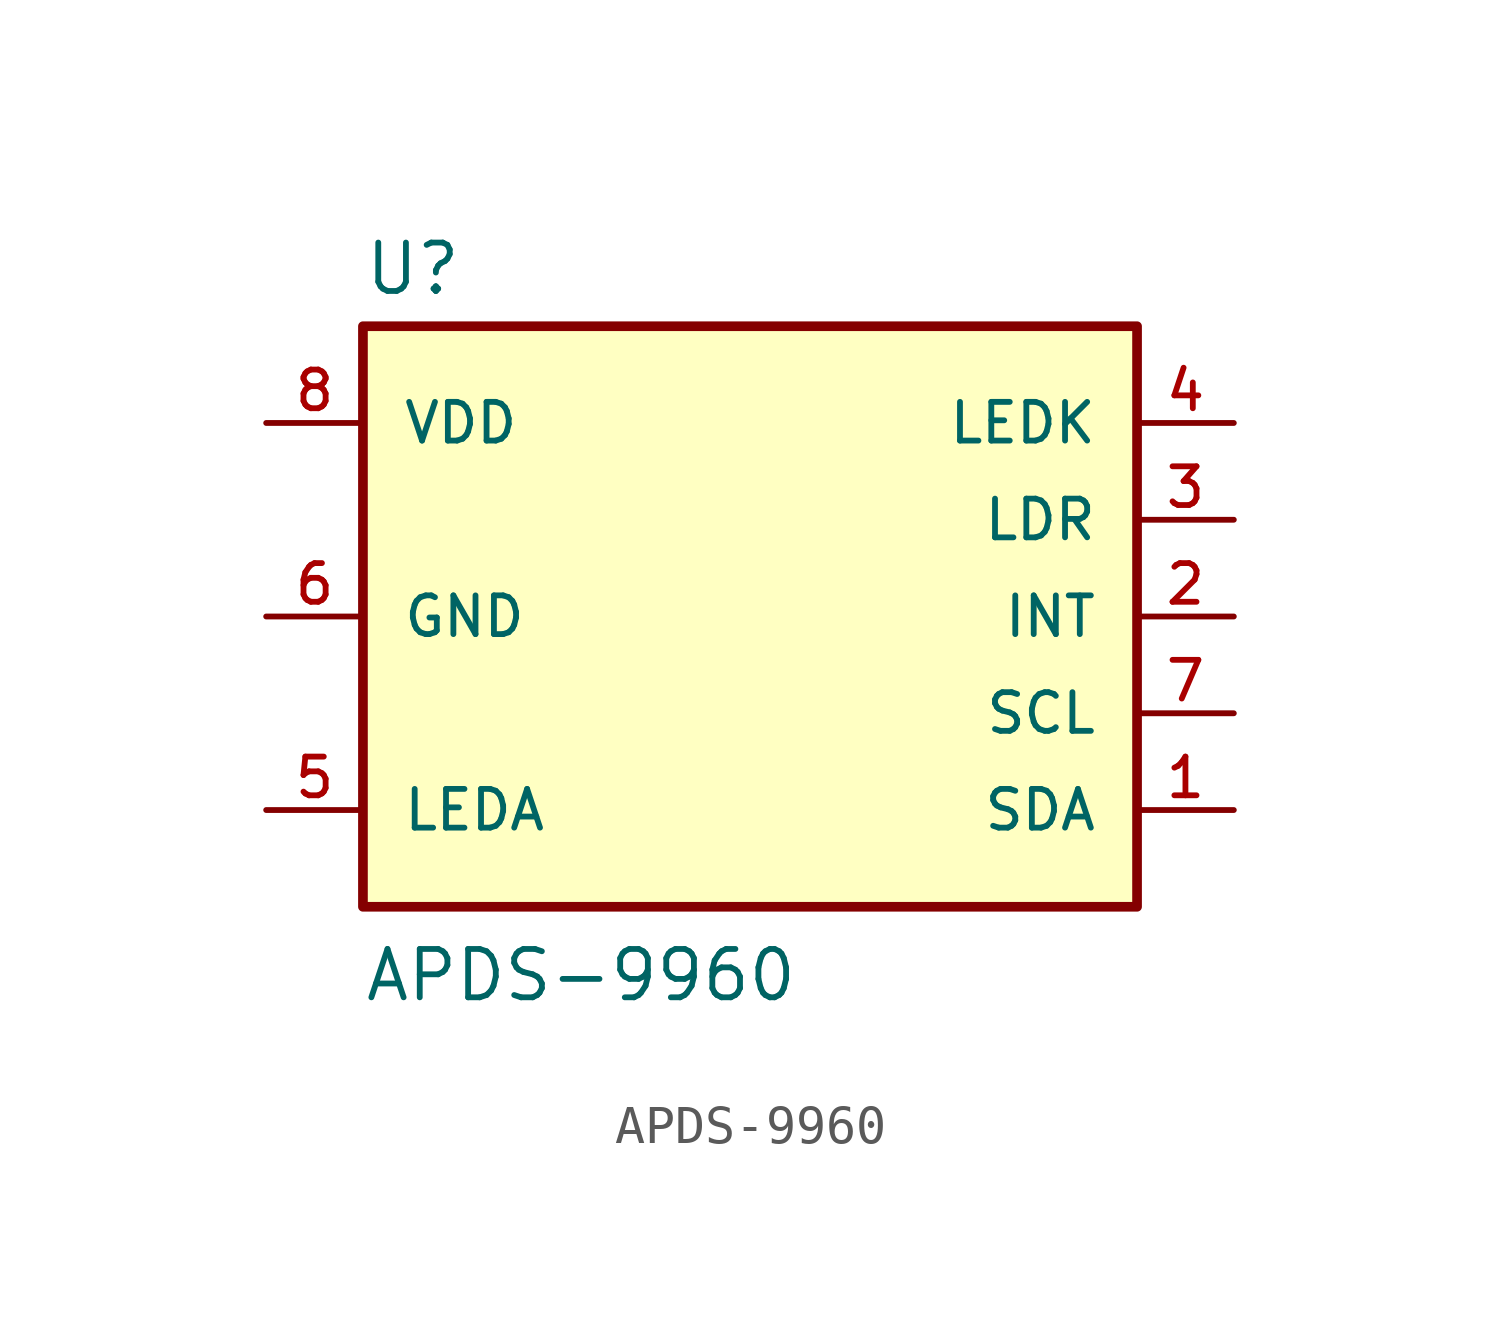
<source format=kicad_sym>
(kicad_symbol_lib
  (version 20211014)
  (generator kicad_symbol_editor)
  (symbol "APDS-9960"
    (pin_names
      (offset 1.016))
    (property "Reference" "U"
      (at -10.16 8.382 0)
      (effects (font (size 1.27 1.27)) (justify bottom left)))
    (property "Value" "APDS-9960"
      (at -10.16 -10.16 0)
      (effects (font (size 1.27 1.27)) (justify bottom left)))
    (symbol "APDS-9960_0_0"
      (rectangle (start -10.16 -7.62) (end 10.16 7.62) (stroke (width 0.254)) (fill (type background)))
      (pin bidirectional line (at 12.7 5.08 180.0) (length 2.54) (name "LEDK" (effects (font (size 1.016 1.016)))) (number "4" (effects (font (size 1.016 1.016)))))
      (pin bidirectional line (at -12.7 5.08 0) (length 2.54) (name "VDD" (effects (font (size 1.016 1.016)))) (number "8" (effects (font (size 1.016 1.016)))))
      (pin bidirectional line (at -12.7 0.0 0) (length 2.54) (name "GND" (effects (font (size 1.016 1.016)))) (number "6" (effects (font (size 1.016 1.016)))))
      (pin bidirectional line (at -12.7 -5.08 0) (length 2.54) (name "LEDA" (effects (font (size 1.016 1.016)))) (number "5" (effects (font (size 1.016 1.016)))))
      (pin bidirectional line (at 12.7 2.54 180.0) (length 2.54) (name "LDR" (effects (font (size 1.016 1.016)))) (number "3" (effects (font (size 1.016 1.016)))))
      (pin bidirectional line (at 12.7 0.0 180.0) (length 2.54) (name "INT" (effects (font (size 1.016 1.016)))) (number "2" (effects (font (size 1.016 1.016)))))
      (pin bidirectional line (at 12.7 -2.54 180.0) (length 2.54) (name "SCL" (effects (font (size 1.016 1.016)))) (number "7" (effects (font (size 1.016 1.016)))))
      (pin bidirectional line (at 12.7 -5.08 180.0) (length 2.54) (name "SDA" (effects (font (size 1.016 1.016)))) (number "1" (effects (font (size 1.016 1.016))))))))
</source>
